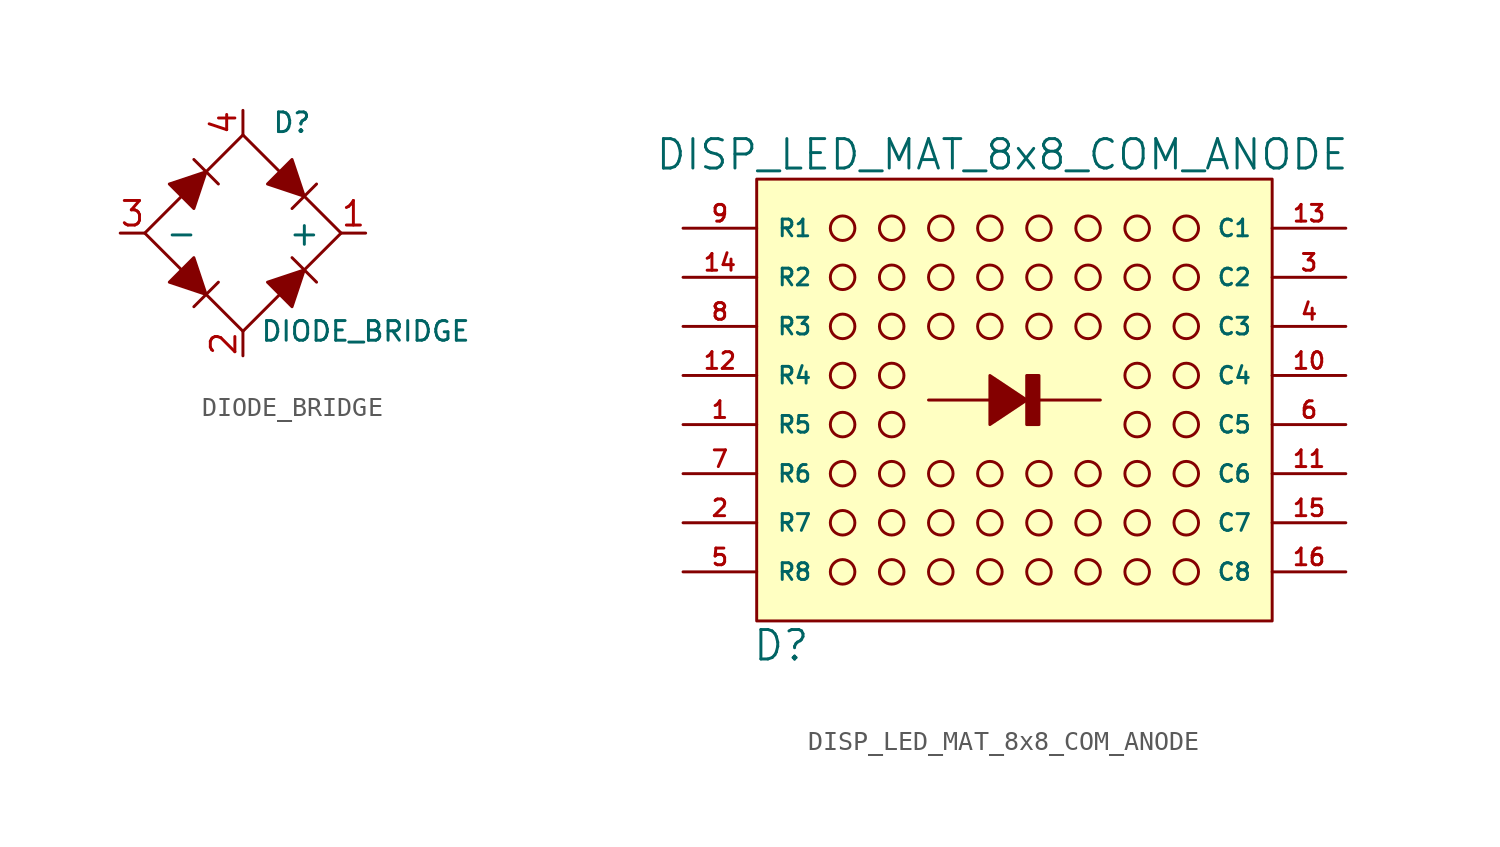
<source format=kicad_sym>
(kicad_symbol_lib
  (version 20211014)
  (generator kicad_symbol_editor)
  (symbol "DIODE_BRIDGE"
    (pin_names
      (offset 1.016))
    (property "Reference" "D"
      (at 2.54 5.715 0)
      (effects (font (size 1.016 1.016))))
    (property "Value" "DIODE_BRIDGE"
      (at 6.35 -5.08 0)
      (effects (font (size 1.016 1.016))))
    (property "Footprint" ""
      (at 0 0 0)
      (effects (font (size 1.524 1.524))))
    (property "Datasheet" ""
      (at 0 0 0)
      (effects (font (size 1.524 1.524))))
    (symbol "DIODE_BRIDGE_0_1"
      (polyline (pts (xy -2.54 3.81) (xy -1.27 2.54)) (stroke (width 0) (type default) (color 0 0 0 0)) (fill (type none)))
      (polyline (pts (xy -1.27 -2.54) (xy -2.54 -3.81)) (stroke (width 0) (type default) (color 0 0 0 0)) (fill (type none)))
      (polyline (pts (xy 2.54 -1.27) (xy 3.81 -2.54)) (stroke (width 0) (type default) (color 0 0 0 0)) (fill (type none)))
      (polyline (pts (xy 2.54 1.27) (xy 3.81 2.54)) (stroke (width 0) (type default) (color 0 0 0 0)) (fill (type none)))
      (polyline (pts (xy -2.54 -1.27) (xy -3.81 -2.54) (xy -1.905 -3.175) (xy -2.54 -1.27)) (stroke (width 0) (type default) (color 0 0 0 0)) (fill (type outline)))
      (polyline (pts (xy -2.54 1.27) (xy -3.81 2.54) (xy -1.905 3.175) (xy -2.54 1.27)) (stroke (width 0) (type default) (color 0 0 0 0)) (fill (type outline)))
      (polyline (pts (xy 1.27 -2.54) (xy 2.54 -3.81) (xy 3.175 -1.905) (xy 1.27 -2.54)) (stroke (width 0) (type default) (color 0 0 0 0)) (fill (type outline)))
      (polyline (pts (xy 1.27 2.54) (xy 2.54 3.81) (xy 3.175 1.905) (xy 1.27 2.54)) (stroke (width 0) (type default) (color 0 0 0 0)) (fill (type outline)))
      (polyline (pts (xy -5.08 0) (xy 0 5.08) (xy 5.08 0) (xy 0 -5.08) (xy -5.08 0)) (stroke (width 0) (type default) (color 0 0 0 0)) (fill (type none))))
    (symbol "DIODE_BRIDGE_1_1"
      (pin input line (at 6.35 0 180) (length 1.27) (name "+" (effects (font (size 1.27 1.27)))) (number "1" (effects (font (size 1.27 1.27)))))
      (pin input line (at 0 -6.35 90) (length 1.27) (name "~" (effects (font (size 1.27 1.27)))) (number "2" (effects (font (size 1.27 1.27)))))
      (pin input line (at -6.35 0 0) (length 1.27) (name "-" (effects (font (size 1.27 1.27)))) (number "3" (effects (font (size 1.27 1.27)))))
      (pin input line (at 0 6.35 270) (length 1.27) (name "~" (effects (font (size 1.27 1.27)))) (number "4" (effects (font (size 1.27 1.27)))))))
  (symbol "DISP_LED_MAT_8x8_COM_ANODE"
    (pin_names
      (offset 1.016))
    (property "Reference" "D"
      (at 5.08 -1.27 0)
      (effects (font (size 1.524 1.524))))
    (property "Value" "DISP_LED_MAT_8x8_COM_ANODE"
      (at 16.51 24.13 0)
      (effects (font (size 1.524 1.524))))
    (property "Footprint" ""
      (at 2.54 -1.27 0)
      (effects (font (size 1.524 1.524))))
    (property "Datasheet" ""
      (at 2.54 -1.27 0)
      (effects (font (size 1.524 1.524))))
    (symbol "DISP_LED_MAT_8x8_COM_ANODE_0_1"
      (polyline (pts (xy 12.7 11.43) (xy 21.59 11.43)) (stroke (width 0) (type default) (color 0 0 0 0)) (fill (type none)))
      (polyline (pts (xy 17.78 11.43) (xy 15.875 10.16) (xy 15.875 12.7) (xy 17.78 11.43)) (stroke (width 0) (type default) (color 0 0 0 0)) (fill (type outline)))
      (polyline (pts (xy 18.415 10.16) (xy 18.415 12.7) (xy 17.78 12.7) (xy 17.78 10.16) (xy 18.415 10.16)) (stroke (width 0) (type default) (color 0 0 0 0)) (fill (type outline)))
      (rectangle (start 3.81 0) (end 30.48 22.86) (stroke (width 0) (type default) (color 0 0 0 0)) (fill (type background)))
      (circle (center 8.255 2.54) (radius 0.635) (stroke (width 0) (type default) (color 0 0 0 0)) (fill (type none)))
      (circle (center 8.255 5.08) (radius 0.635) (stroke (width 0) (type default) (color 0 0 0 0)) (fill (type none)))
      (circle (center 8.255 7.62) (radius 0.635) (stroke (width 0) (type default) (color 0 0 0 0)) (fill (type none)))
      (circle (center 8.255 10.16) (radius 0.635) (stroke (width 0) (type default) (color 0 0 0 0)) (fill (type none)))
      (circle (center 8.255 12.7) (radius 0.635) (stroke (width 0) (type default) (color 0 0 0 0)) (fill (type none)))
      (circle (center 8.255 15.24) (radius 0.635) (stroke (width 0) (type default) (color 0 0 0 0)) (fill (type none)))
      (circle (center 8.255 17.78) (radius 0.635) (stroke (width 0) (type default) (color 0 0 0 0)) (fill (type none)))
      (circle (center 8.255 20.32) (radius 0.635) (stroke (width 0) (type default) (color 0 0 0 0)) (fill (type none)))
      (circle (center 10.795 2.54) (radius 0.635) (stroke (width 0) (type default) (color 0 0 0 0)) (fill (type none)))
      (circle (center 10.795 5.08) (radius 0.635) (stroke (width 0) (type default) (color 0 0 0 0)) (fill (type none)))
      (circle (center 10.795 7.62) (radius 0.635) (stroke (width 0) (type default) (color 0 0 0 0)) (fill (type none)))
      (circle (center 10.795 10.16) (radius 0.635) (stroke (width 0) (type default) (color 0 0 0 0)) (fill (type none)))
      (circle (center 10.795 12.7) (radius 0.635) (stroke (width 0) (type default) (color 0 0 0 0)) (fill (type none)))
      (circle (center 10.795 15.24) (radius 0.635) (stroke (width 0) (type default) (color 0 0 0 0)) (fill (type none)))
      (circle (center 10.795 17.78) (radius 0.635) (stroke (width 0) (type default) (color 0 0 0 0)) (fill (type none)))
      (circle (center 10.795 20.32) (radius 0.635) (stroke (width 0) (type default) (color 0 0 0 0)) (fill (type none)))
      (circle (center 13.335 2.54) (radius 0.635) (stroke (width 0) (type default) (color 0 0 0 0)) (fill (type none)))
      (circle (center 13.335 5.08) (radius 0.635) (stroke (width 0) (type default) (color 0 0 0 0)) (fill (type none)))
      (circle (center 13.335 7.62) (radius 0.635) (stroke (width 0) (type default) (color 0 0 0 0)) (fill (type none)))
      (circle (center 13.335 15.24) (radius 0.635) (stroke (width 0) (type default) (color 0 0 0 0)) (fill (type none)))
      (circle (center 13.335 17.78) (radius 0.635) (stroke (width 0) (type default) (color 0 0 0 0)) (fill (type none)))
      (circle (center 13.335 20.32) (radius 0.635) (stroke (width 0) (type default) (color 0 0 0 0)) (fill (type none)))
      (circle (center 15.875 2.54) (radius 0.635) (stroke (width 0) (type default) (color 0 0 0 0)) (fill (type none)))
      (circle (center 15.875 5.08) (radius 0.635) (stroke (width 0) (type default) (color 0 0 0 0)) (fill (type none)))
      (circle (center 15.875 7.62) (radius 0.635) (stroke (width 0) (type default) (color 0 0 0 0)) (fill (type none)))
      (circle (center 15.875 15.24) (radius 0.635) (stroke (width 0) (type default) (color 0 0 0 0)) (fill (type none)))
      (circle (center 15.875 17.78) (radius 0.635) (stroke (width 0) (type default) (color 0 0 0 0)) (fill (type none)))
      (circle (center 15.875 20.32) (radius 0.635) (stroke (width 0) (type default) (color 0 0 0 0)) (fill (type none)))
      (circle (center 18.415 2.54) (radius 0.635) (stroke (width 0) (type default) (color 0 0 0 0)) (fill (type none)))
      (circle (center 18.415 5.08) (radius 0.635) (stroke (width 0) (type default) (color 0 0 0 0)) (fill (type none)))
      (circle (center 18.415 7.62) (radius 0.635) (stroke (width 0) (type default) (color 0 0 0 0)) (fill (type none)))
      (circle (center 18.415 15.24) (radius 0.635) (stroke (width 0) (type default) (color 0 0 0 0)) (fill (type none)))
      (circle (center 18.415 17.78) (radius 0.635) (stroke (width 0) (type default) (color 0 0 0 0)) (fill (type none)))
      (circle (center 18.415 20.32) (radius 0.635) (stroke (width 0) (type default) (color 0 0 0 0)) (fill (type none)))
      (circle (center 20.955 2.54) (radius 0.635) (stroke (width 0) (type default) (color 0 0 0 0)) (fill (type none)))
      (circle (center 20.955 5.08) (radius 0.635) (stroke (width 0) (type default) (color 0 0 0 0)) (fill (type none)))
      (circle (center 20.955 7.62) (radius 0.635) (stroke (width 0) (type default) (color 0 0 0 0)) (fill (type none)))
      (circle (center 20.955 15.24) (radius 0.635) (stroke (width 0) (type default) (color 0 0 0 0)) (fill (type none)))
      (circle (center 20.955 17.78) (radius 0.635) (stroke (width 0) (type default) (color 0 0 0 0)) (fill (type none)))
      (circle (center 20.955 20.32) (radius 0.635) (stroke (width 0) (type default) (color 0 0 0 0)) (fill (type none)))
      (circle (center 23.495 2.54) (radius 0.635) (stroke (width 0) (type default) (color 0 0 0 0)) (fill (type none)))
      (circle (center 23.495 5.08) (radius 0.635) (stroke (width 0) (type default) (color 0 0 0 0)) (fill (type none)))
      (circle (center 23.495 7.62) (radius 0.635) (stroke (width 0) (type default) (color 0 0 0 0)) (fill (type none)))
      (circle (center 23.495 10.16) (radius 0.635) (stroke (width 0) (type default) (color 0 0 0 0)) (fill (type none)))
      (circle (center 23.495 12.7) (radius 0.635) (stroke (width 0) (type default) (color 0 0 0 0)) (fill (type none)))
      (circle (center 23.495 15.24) (radius 0.635) (stroke (width 0) (type default) (color 0 0 0 0)) (fill (type none)))
      (circle (center 23.495 17.78) (radius 0.635) (stroke (width 0) (type default) (color 0 0 0 0)) (fill (type none)))
      (circle (center 23.495 20.32) (radius 0.635) (stroke (width 0) (type default) (color 0 0 0 0)) (fill (type none)))
      (circle (center 26.035 2.54) (radius 0.635) (stroke (width 0) (type default) (color 0 0 0 0)) (fill (type none)))
      (circle (center 26.035 5.08) (radius 0.635) (stroke (width 0) (type default) (color 0 0 0 0)) (fill (type none)))
      (circle (center 26.035 7.62) (radius 0.635) (stroke (width 0) (type default) (color 0 0 0 0)) (fill (type none)))
      (circle (center 26.035 10.16) (radius 0.635) (stroke (width 0) (type default) (color 0 0 0 0)) (fill (type none)))
      (circle (center 26.035 12.7) (radius 0.635) (stroke (width 0) (type default) (color 0 0 0 0)) (fill (type none)))
      (circle (center 26.035 15.24) (radius 0.635) (stroke (width 0) (type default) (color 0 0 0 0)) (fill (type none)))
      (circle (center 26.035 17.78) (radius 0.635) (stroke (width 0) (type default) (color 0 0 0 0)) (fill (type none)))
      (circle (center 26.035 20.32) (radius 0.635) (stroke (width 0) (type default) (color 0 0 0 0)) (fill (type none)))
      (pin input line (at 0 20.32 0) (length 3.81) (name "R1" (effects (font (size 0.864 0.864)))) (number "9" (effects (font (size 0.864 0.864))))))
    (symbol "DISP_LED_MAT_8x8_COM_ANODE_1_1"
      (pin input line (at 0 10.16 0) (length 3.81) (name "R5" (effects (font (size 0.864 0.864)))) (number "1" (effects (font (size 0.864 0.864)))))
      (pin output line (at 34.29 12.7 180) (length 3.81) (name "C4" (effects (font (size 0.864 0.864)))) (number "10" (effects (font (size 0.864 0.864)))))
      (pin output line (at 34.29 7.62 180) (length 3.81) (name "C6" (effects (font (size 0.864 0.864)))) (number "11" (effects (font (size 0.864 0.864)))))
      (pin input line (at 0 12.7 0) (length 3.81) (name "R4" (effects (font (size 0.864 0.864)))) (number "12" (effects (font (size 0.864 0.864)))))
      (pin output line (at 34.29 20.32 180) (length 3.81) (name "C1" (effects (font (size 0.864 0.864)))) (number "13" (effects (font (size 0.864 0.864)))))
      (pin input line (at 0 17.78 0) (length 3.81) (name "R2" (effects (font (size 0.864 0.864)))) (number "14" (effects (font (size 0.864 0.864)))))
      (pin output line (at 34.29 5.08 180) (length 3.81) (name "C7" (effects (font (size 0.864 0.864)))) (number "15" (effects (font (size 0.864 0.864)))))
      (pin output line (at 34.29 2.54 180) (length 3.81) (name "C8" (effects (font (size 0.864 0.864)))) (number "16" (effects (font (size 0.864 0.864)))))
      (pin input line (at 0 5.08 0) (length 3.81) (name "R7" (effects (font (size 0.864 0.864)))) (number "2" (effects (font (size 0.864 0.864)))))
      (pin output line (at 34.29 17.78 180) (length 3.81) (name "C2" (effects (font (size 0.864 0.864)))) (number "3" (effects (font (size 0.864 0.864)))))
      (pin output line (at 34.29 15.24 180) (length 3.81) (name "C3" (effects (font (size 0.864 0.864)))) (number "4" (effects (font (size 0.864 0.864)))))
      (pin input line (at 0 2.54 0) (length 3.81) (name "R8" (effects (font (size 0.864 0.864)))) (number "5" (effects (font (size 0.864 0.864)))))
      (pin output line (at 34.29 10.16 180) (length 3.81) (name "C5" (effects (font (size 0.864 0.864)))) (number "6" (effects (font (size 0.864 0.864)))))
      (pin input line (at 0 7.62 0) (length 3.81) (name "R6" (effects (font (size 0.864 0.864)))) (number "7" (effects (font (size 0.864 0.864)))))
      (pin input line (at 0 15.24 0) (length 3.81) (name "R3" (effects (font (size 0.864 0.864)))) (number "8" (effects (font (size 0.864 0.864))))))))
</source>
